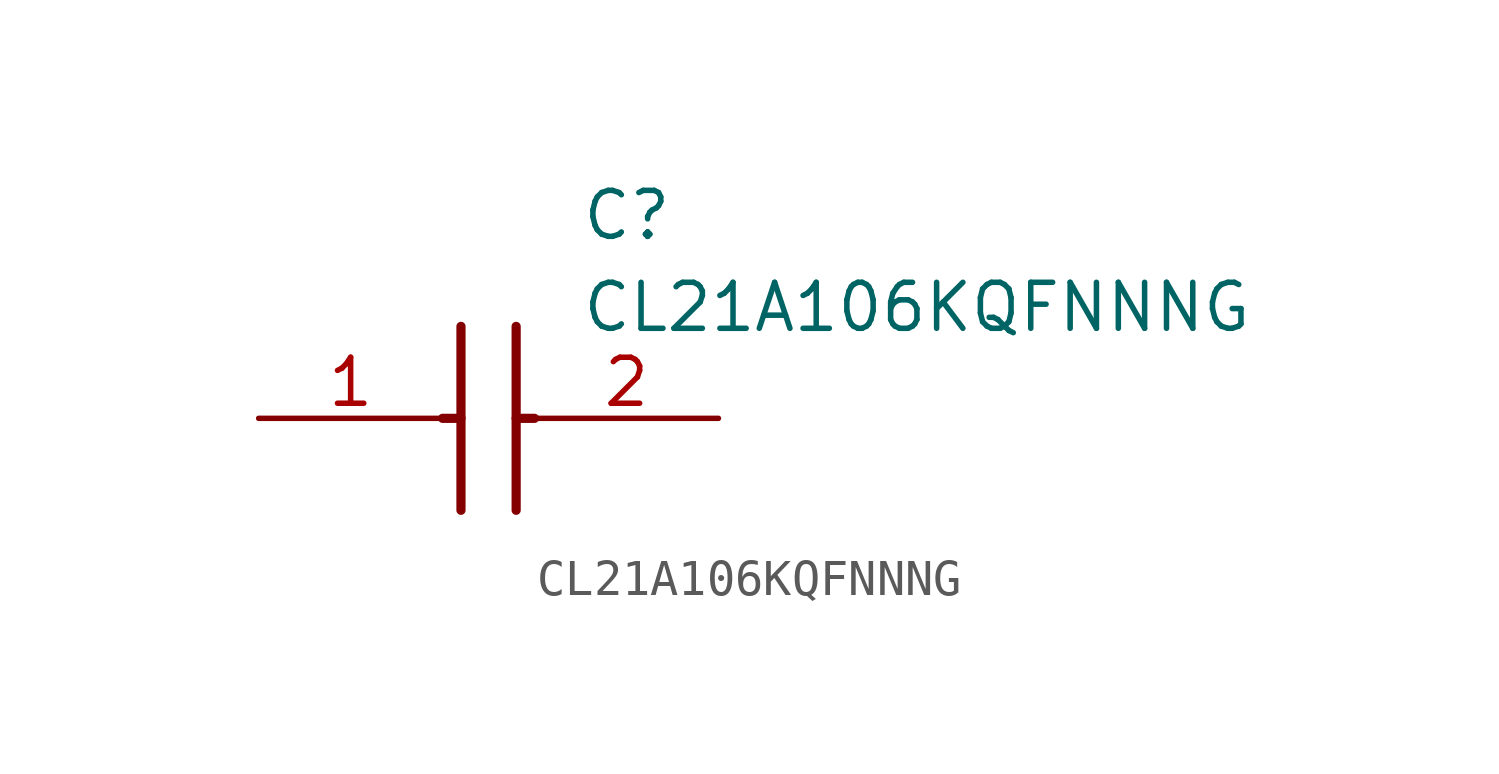
<source format=kicad_sym>
(kicad_symbol_lib
  (version 20211014)
  (generator SamacSys_ECAD_Model)
  (symbol "CL21A106KQFNNNG"
    (pin_names hide)
    (property "Reference" "C"
      (at 8.89 6.35 0)
      (effects (font (size 1.27 1.27)) (justify left top)))
    (property "Value" "CL21A106KQFNNNG"
      (at 8.89 3.81 0)
      (effects (font (size 1.27 1.27)) (justify left top)))
    (polyline
      (pts (xy 5.588 2.54) (xy 5.588 -2.54))
      (stroke (width 0.254) (type default))
      (fill (type none)))
    (polyline
      (pts (xy 7.112 2.54) (xy 7.112 -2.54))
      (stroke (width 0.254) (type default))
      (fill (type none)))
    (polyline
      (pts (xy 5.08 0) (xy 5.588 0))
      (stroke (width 0.254) (type default))
      (fill (type none)))
    (polyline
      (pts (xy 7.112 0) (xy 7.62 0))
      (stroke (width 0.254) (type default))
      (fill (type none)))
    (pin passive line
      (at 0 0 0)
      (length 5.08)
      (name "1" (effects (font (size 1.27 1.27))))
      (number "1" (effects (font (size 1.27 1.27)))))
    (pin passive line
      (at 12.7 0 180)
      (length 5.08)
      (name "2" (effects (font (size 1.27 1.27))))
      (number "2" (effects (font (size 1.27 1.27)))))))
</source>
